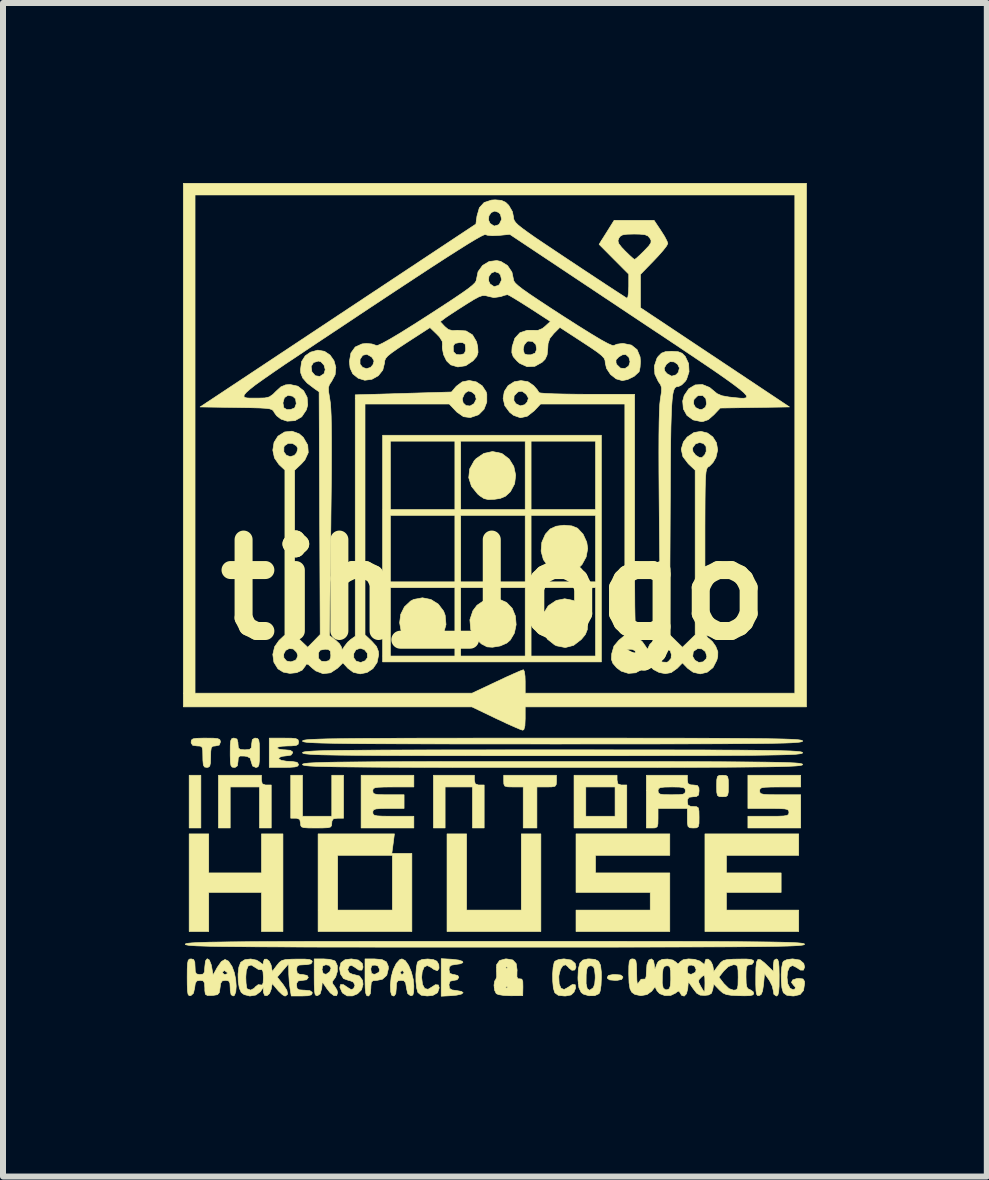
<source format=kicad_pcb>
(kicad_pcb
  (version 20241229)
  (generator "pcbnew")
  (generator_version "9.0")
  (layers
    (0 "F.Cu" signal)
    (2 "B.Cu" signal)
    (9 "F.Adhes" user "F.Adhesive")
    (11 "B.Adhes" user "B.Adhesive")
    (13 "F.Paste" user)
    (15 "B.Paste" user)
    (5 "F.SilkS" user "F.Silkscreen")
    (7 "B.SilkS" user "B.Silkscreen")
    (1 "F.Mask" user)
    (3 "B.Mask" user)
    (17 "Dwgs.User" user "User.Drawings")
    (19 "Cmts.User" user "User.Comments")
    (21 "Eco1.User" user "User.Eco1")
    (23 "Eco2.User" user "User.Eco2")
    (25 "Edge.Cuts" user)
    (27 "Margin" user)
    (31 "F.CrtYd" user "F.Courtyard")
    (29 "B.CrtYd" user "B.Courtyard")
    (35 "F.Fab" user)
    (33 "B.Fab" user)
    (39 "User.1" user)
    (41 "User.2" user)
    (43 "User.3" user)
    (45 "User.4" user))
  (footprint "tih_logo"
    (layer "F.Cu")
    (at 5.183 6.778)
    (property "Reference" "tih_logo" (at 0 0 0) (layer "F.SilkS") (effects (font (size 1.524 1.524) (thickness 0.3))))
    (attr through_hole)
    (fp_poly (pts (xy -4.885 3.973) (xy -5.08 3.973) (xy -5.08 3.094) (xy -4.885 3.094) (xy -4.885 3.973)) (stroke (width 0.01) (type solid)) (fill yes) (layer "F.SilkS"))
    (fp_poly (pts (xy -0.456 5.341) (xy 0.456 5.341) (xy 0.456 4.071) (xy 0.782 4.071) (xy 0.782 5.699) (xy -0.782 5.699) (xy -0.782 4.071) (xy -0.456 4.071) (xy -0.456 5.341)) (stroke (width 0.01) (type solid)) (fill yes) (layer "F.SilkS"))
    (fp_poly (pts (xy -4.754 4.722) (xy -3.875 4.722) (xy -3.875 4.071) (xy -3.517 4.071) (xy -3.517 5.699) (xy -3.875 5.699) (xy -3.875 5.047) (xy -4.754 5.047) (xy -4.754 5.699) (xy -5.08 5.699) (xy -5.08 4.071) (xy -4.754 4.071) (xy -4.754 4.722)) (stroke (width 0.01) (type solid)) (fill yes) (layer "F.SilkS"))
    (fp_poly (pts (xy 2.11 6.423) (xy 2.147 6.45) (xy 2.149 6.464) (xy 2.128 6.498) (xy 2.056 6.512) (xy 2.019 6.513) (xy 1.928 6.505) (xy 1.891 6.478) (xy 1.889 6.464) (xy 1.91 6.43) (xy 1.982 6.416) (xy 2.019 6.415) (xy 2.11 6.423)) (stroke (width 0.01) (type solid)) (fill yes) (layer "F.SilkS"))
    (fp_poly (pts (xy 2.931 4.429) (xy 1.693 4.429) (xy 1.693 4.722) (xy 2.931 4.722) (xy 2.931 5.699) (xy 1.368 5.699) (xy 1.368 5.341) (xy 2.605 5.341) (xy 2.605 5.047) (xy 1.368 5.047) (xy 1.368 4.071) (xy 2.931 4.071) (xy 2.931 4.429)) (stroke (width 0.01) (type solid)) (fill yes) (layer "F.SilkS"))
    (fp_poly (pts (xy 5.08 4.429) (xy 3.875 4.429) (xy 3.875 4.722) (xy 4.787 4.722) (xy 4.787 5.047) (xy 3.875 5.047) (xy 3.875 5.341) (xy 5.08 5.341) (xy 5.08 5.699) (xy 3.517 5.699) (xy 3.517 4.071) (xy 5.08 4.071) (xy 5.08 4.429)) (stroke (width 0.01) (type solid)) (fill yes) (layer "F.SilkS"))
    (fp_poly (pts (xy -3.875 3.175) (xy -3.862 3.237) (xy -3.809 3.256) (xy -3.794 3.256) (xy -3.712 3.256) (xy -3.712 3.973) (xy -3.908 3.973) (xy -3.908 3.289) (xy -4.396 3.289) (xy -4.396 3.973) (xy -4.592 3.973) (xy -4.592 3.094) (xy -3.875 3.094) (xy -3.875 3.175)) (stroke (width 0.01) (type solid)) (fill yes) (layer "F.SilkS"))
    (fp_poly (pts (xy -0.326 3.175) (xy -0.312 3.237) (xy -0.259 3.256) (xy -0.244 3.256) (xy -0.163 3.256) (xy -0.163 3.973) (xy -0.358 3.973) (xy -0.358 3.289) (xy -0.814 3.289) (xy -0.814 3.973) (xy -1.009 3.973) (xy -1.009 3.094) (xy -0.326 3.094) (xy -0.326 3.175)) (stroke (width 0.01) (type solid)) (fill yes) (layer "F.SilkS"))
    (fp_poly (pts (xy -1.68 4.233) (xy -1.702 4.396) (xy -1.368 4.396) (xy -1.368 5.699) (xy -2.931 5.699) (xy -2.931 4.429) (xy -2.605 4.429) (xy -2.605 5.341) (xy -1.693 5.341) (xy -1.693 4.429) (xy -2.605 4.429) (xy -2.931 4.429) (xy -2.931 4.071) (xy -1.659 4.071) (xy -1.68 4.233)) (stroke (width 0.01) (type solid)) (fill yes) (layer "F.SilkS"))
    (fp_poly (pts (xy 1.042 3.191) (xy 1.038 3.249) (xy 1.017 3.278) (xy 0.96 3.288) (xy 0.879 3.289) (xy 0.716 3.289) (xy 0.716 3.973) (xy 0.488 3.973) (xy 0.488 3.289) (xy 0.326 3.289) (xy 0.229 3.287) (xy 0.181 3.274) (xy 0.165 3.24) (xy 0.163 3.191) (xy 0.163 3.094) (xy 1.042 3.094) (xy 1.042 3.191)) (stroke (width 0.01) (type solid)) (fill yes) (layer "F.SilkS"))
    (fp_poly (pts (xy 2.052 3.175) (xy 2.065 3.237) (xy 2.118 3.256) (xy 2.133 3.256) (xy 2.214 3.256) (xy 2.214 3.973) (xy 1.335 3.973) (xy 1.335 3.289) (xy 1.531 3.289) (xy 1.531 3.777) (xy 2.019 3.777) (xy 2.019 3.289) (xy 1.531 3.289) (xy 1.335 3.289) (xy 1.335 3.094) (xy 2.052 3.094) (xy 2.052 3.175)) (stroke (width 0.01) (type solid)) (fill yes) (layer "F.SilkS"))
    (fp_poly (pts (xy -1.051 0.164) (xy -0.928 0.241) (xy -0.839 0.358) (xy -0.813 0.427) (xy -0.799 0.582) (xy -0.838 0.72) (xy -0.917 0.833) (xy -1.028 0.911) (xy -1.16 0.946) (xy -1.302 0.929) (xy -1.365 0.903) (xy -1.478 0.812) (xy -1.547 0.69) (xy -1.572 0.552) (xy -1.554 0.412) (xy -1.492 0.287) (xy -1.389 0.19) (xy -1.337 0.163) (xy -1.192 0.136) (xy -1.051 0.164)) (stroke (width 0.01) (type solid)) (fill yes) (layer "F.SilkS"))
    (fp_poly (pts (xy 0.115 0.171) (xy 0.212 0.215) (xy 0.305 0.312) (xy 0.358 0.441) (xy 0.37 0.584) (xy 0.341 0.724) (xy 0.272 0.841) (xy 0.214 0.891) (xy 0.104 0.939) (xy -0.024 0.96) (xy -0.114 0.954) (xy -0.208 0.905) (xy -0.3 0.817) (xy -0.369 0.713) (xy -0.387 0.664) (xy -0.401 0.503) (xy -0.351 0.352) (xy -0.282 0.26) (xy -0.169 0.184) (xy -0.029 0.154) (xy 0.115 0.171)) (stroke (width 0.01) (type solid)) (fill yes) (layer "F.SilkS"))
    (fp_poly (pts (xy 3.866 3.097) (xy 3.895 3.116) (xy 3.906 3.169) (xy 3.908 3.27) (xy 3.908 3.273) (xy 3.906 3.375) (xy 3.895 3.428) (xy 3.867 3.449) (xy 3.811 3.452) (xy 3.81 3.452) (xy 3.754 3.449) (xy 3.725 3.429) (xy 3.714 3.377) (xy 3.712 3.275) (xy 3.712 3.273) (xy 3.714 3.17) (xy 3.725 3.117) (xy 3.753 3.097) (xy 3.809 3.094) (xy 3.81 3.094) (xy 3.866 3.097)) (stroke (width 0.01) (type solid)) (fill yes) (layer "F.SilkS"))
    (fp_poly (pts (xy 1.299 -1.062) (xy 1.393 -1.024) (xy 1.486 -0.924) (xy 1.547 -0.791) (xy 1.563 -0.684) (xy 1.537 -0.545) (xy 1.467 -0.417) (xy 1.393 -0.344) (xy 1.313 -0.312) (xy 1.202 -0.294) (xy 1.166 -0.293) (xy 1.049 -0.303) (xy 0.962 -0.342) (xy 0.91 -0.383) (xy 0.824 -0.5) (xy 0.786 -0.641) (xy 0.798 -0.789) (xy 0.857 -0.924) (xy 0.937 -1.011) (xy 1.038 -1.057) (xy 1.168 -1.074) (xy 1.299 -1.062)) (stroke (width 0.01) (type solid)) (fill yes) (layer "F.SilkS"))
    (fp_poly (pts (xy 1.322 0.18) (xy 1.448 0.263) (xy 1.479 0.296) (xy 1.536 0.383) (xy 1.56 0.484) (xy 1.563 0.557) (xy 1.556 0.667) (xy 1.524 0.747) (xy 1.457 0.829) (xy 1.328 0.929) (xy 1.189 0.965) (xy 1.046 0.937) (xy 1.012 0.921) (xy 0.892 0.826) (xy 0.819 0.698) (xy 0.794 0.554) (xy 0.82 0.409) (xy 0.9 0.278) (xy 0.913 0.264) (xy 1.039 0.18) (xy 1.18 0.152) (xy 1.322 0.18)) (stroke (width 0.01) (type solid)) (fill yes) (layer "F.SilkS"))
    (fp_poly (pts (xy 0.124 -2.272) (xy 0.137 -2.266) (xy 0.254 -2.177) (xy 0.331 -2.053) (xy 0.362 -1.909) (xy 0.345 -1.765) (xy 0.276 -1.635) (xy 0.267 -1.625) (xy 0.191 -1.556) (xy 0.104 -1.52) (xy 0.011 -1.506) (xy -0.093 -1.501) (xy -0.166 -1.518) (xy -0.237 -1.565) (xy -0.271 -1.594) (xy -0.375 -1.723) (xy -0.42 -1.865) (xy -0.405 -2.011) (xy -0.329 -2.148) (xy -0.296 -2.184) (xy -0.168 -2.271) (xy -0.023 -2.302) (xy 0.124 -2.272)) (stroke (width 0.01) (type solid)) (fill yes) (layer "F.SilkS"))
    (fp_poly (pts (xy -3.191 3.777) (xy -2.703 3.777) (xy -2.703 3.094) (xy -2.507 3.094) (xy -2.507 3.81) (xy -2.605 3.81) (xy -2.675 3.819) (xy -2.7 3.856) (xy -2.703 3.891) (xy -2.706 3.932) (xy -2.723 3.956) (xy -2.768 3.968) (xy -2.854 3.972) (xy -2.963 3.973) (xy -3.093 3.972) (xy -3.17 3.967) (xy -3.209 3.953) (xy -3.222 3.926) (xy -3.224 3.891) (xy -3.237 3.829) (xy -3.29 3.81) (xy -3.305 3.81) (xy -3.387 3.81) (xy -3.387 3.094) (xy -3.191 3.094) (xy -3.191 3.777)) (stroke (width 0.01) (type solid)) (fill yes) (layer "F.SilkS"))
    (fp_poly (pts (xy -0.7 6.161) (xy -0.59 6.174) (xy -0.527 6.194) (xy -0.517 6.217) (xy -0.562 6.237) (xy -0.627 6.246) (xy -0.708 6.259) (xy -0.743 6.288) (xy -0.749 6.336) (xy -0.735 6.396) (xy -0.681 6.415) (xy -0.668 6.415) (xy -0.602 6.432) (xy -0.586 6.464) (xy -0.614 6.503) (xy -0.668 6.513) (xy -0.73 6.526) (xy -0.749 6.579) (xy -0.749 6.592) (xy -0.74 6.646) (xy -0.699 6.672) (xy -0.627 6.682) (xy -0.541 6.697) (xy -0.514 6.718) (xy -0.542 6.741) (xy -0.621 6.759) (xy -0.7 6.767) (xy -0.879 6.777) (xy -0.879 6.151) (xy -0.7 6.161)) (stroke (width 0.01) (type solid)) (fill yes) (layer "F.SilkS"))
    (fp_poly (pts (xy -4.678 2.476) (xy -4.605 2.483) (xy -4.57 2.5) (xy -4.559 2.528) (xy -4.559 2.54) (xy -4.578 2.591) (xy -4.64 2.605) (xy -4.687 2.61) (xy -4.711 2.634) (xy -4.72 2.695) (xy -4.722 2.784) (xy -4.725 2.888) (xy -4.737 2.942) (xy -4.764 2.961) (xy -4.787 2.963) (xy -4.825 2.956) (xy -4.844 2.922) (xy -4.851 2.847) (xy -4.852 2.784) (xy -4.854 2.682) (xy -4.864 2.629) (xy -4.893 2.608) (xy -4.948 2.605) (xy -4.95 2.605) (xy -5.021 2.595) (xy -5.046 2.557) (xy -5.047 2.54) (xy -5.042 2.507) (xy -5.015 2.487) (xy -4.955 2.478) (xy -4.847 2.475) (xy -4.803 2.475) (xy -4.678 2.476)) (stroke (width 0.01) (type solid)) (fill yes) (layer "F.SilkS"))
    (fp_poly (pts (xy -1.335 3.289) (xy -1.677 3.289) (xy -1.83 3.29) (xy -1.929 3.294) (xy -1.985 3.303) (xy -2.012 3.32) (xy -2.019 3.346) (xy -2.019 3.354) (xy -2.014 3.387) (xy -1.988 3.406) (xy -1.931 3.416) (xy -1.827 3.419) (xy -1.758 3.419) (xy -1.498 3.419) (xy -1.498 3.647) (xy -1.758 3.647) (xy -1.888 3.649) (xy -1.966 3.655) (xy -2.005 3.669) (xy -2.018 3.695) (xy -2.019 3.712) (xy -2.015 3.741) (xy -1.994 3.76) (xy -1.946 3.771) (xy -1.858 3.776) (xy -1.72 3.777) (xy -1.677 3.777) (xy -1.335 3.777) (xy -1.335 3.973) (xy -2.214 3.973) (xy -2.214 3.094) (xy -1.335 3.094) (xy -1.335 3.289)) (stroke (width 0.01) (type solid)) (fill yes) (layer "F.SilkS"))
    (fp_poly (pts (xy -1.01 6.166) (xy -0.951 6.194) (xy -0.919 6.25) (xy -0.915 6.311) (xy -0.938 6.348) (xy -0.95 6.35) (xy -1.002 6.33) (xy -1.047 6.297) (xy -1.112 6.265) (xy -1.164 6.291) (xy -1.196 6.37) (xy -1.205 6.464) (xy -1.191 6.58) (xy -1.154 6.648) (xy -1.099 6.662) (xy -1.047 6.631) (xy -0.976 6.585) (xy -0.927 6.589) (xy -0.912 6.637) (xy -0.939 6.718) (xy -1.019 6.764) (xy -1.113 6.773) (xy -1.212 6.76) (xy -1.266 6.716) (xy -1.269 6.71) (xy -1.289 6.638) (xy -1.3 6.531) (xy -1.301 6.411) (xy -1.293 6.299) (xy -1.277 6.218) (xy -1.263 6.194) (xy -1.199 6.165) (xy -1.104 6.156) (xy -1.01 6.166)) (stroke (width 0.01) (type solid)) (fill yes) (layer "F.SilkS"))
    (fp_poly (pts (xy 5.21 1.954) (xy 0.521 1.954) (xy 0.521 2.149) (xy 0.516 2.27) (xy 0.499 2.332) (xy 0.48 2.343) (xy 0.437 2.329) (xy 0.348 2.291) (xy 0.224 2.236) (xy 0.077 2.167) (xy 0.036 2.148) (xy -0.368 1.954) (xy -5.178 1.954) (xy -5.178 -6.578) (xy -4.982 -6.578) (xy -4.982 1.726) (xy -0.365 1.726) (xy 0.049 1.531) (xy 0.2 1.46) (xy 0.331 1.401) (xy 0.43 1.358) (xy 0.485 1.337) (xy 0.492 1.335) (xy 0.507 1.365) (xy 0.518 1.442) (xy 0.521 1.531) (xy 0.521 1.726) (xy 5.015 1.726) (xy 5.015 -6.578) (xy -4.982 -6.578) (xy -5.178 -6.578) (xy -5.178 -6.773) (xy 5.21 -6.773) (xy 5.21 1.954)) (stroke (width 0.01) (type solid)) (fill yes) (layer "F.SilkS"))
    (fp_poly (pts (xy -1.866 6.166) (xy -1.792 6.205) (xy -1.761 6.278) (xy -1.759 6.316) (xy -1.786 6.427) (xy -1.859 6.494) (xy -1.949 6.513) (xy -2.015 6.518) (xy -2.044 6.544) (xy -2.051 6.612) (xy -2.052 6.643) (xy -2.06 6.734) (xy -2.086 6.771) (xy -2.1 6.773) (xy -2.124 6.762) (xy -2.138 6.722) (xy -2.146 6.641) (xy -2.149 6.509) (xy -2.149 6.464) (xy -2.149 6.334) (xy -2.052 6.334) (xy -2.041 6.396) (xy -2.001 6.411) (xy -1.978 6.409) (xy -1.917 6.377) (xy -1.905 6.334) (xy -1.932 6.275) (xy -1.978 6.258) (xy -2.033 6.262) (xy -2.051 6.308) (xy -2.052 6.334) (xy -2.149 6.334) (xy -2.149 6.155) (xy -1.993 6.155) (xy -1.866 6.166)) (stroke (width 0.01) (type solid)) (fill yes) (layer "F.SilkS"))
    (fp_poly (pts (xy 5.113 3.289) (xy 4.771 3.289) (xy 4.618 3.29) (xy 4.519 3.294) (xy 4.462 3.303) (xy 4.436 3.32) (xy 4.429 3.346) (xy 4.429 3.354) (xy 4.433 3.383) (xy 4.454 3.402) (xy 4.502 3.413) (xy 4.589 3.418) (xy 4.728 3.419) (xy 4.771 3.419) (xy 5.113 3.419) (xy 5.113 3.973) (xy 4.233 3.973) (xy 4.233 3.777) (xy 4.575 3.777) (xy 4.728 3.777) (xy 4.827 3.773) (xy 4.884 3.764) (xy 4.91 3.747) (xy 4.917 3.72) (xy 4.917 3.712) (xy 4.913 3.683) (xy 4.892 3.664) (xy 4.844 3.654) (xy 4.756 3.649) (xy 4.618 3.647) (xy 4.575 3.647) (xy 4.233 3.647) (xy 4.233 3.094) (xy 5.113 3.094) (xy 5.113 3.289)) (stroke (width 0.01) (type solid)) (fill yes) (layer "F.SilkS"))
    (fp_poly (pts (xy -3.376 2.476) (xy -3.303 2.483) (xy -3.267 2.5) (xy -3.257 2.528) (xy -3.256 2.54) (xy -3.264 2.578) (xy -3.298 2.597) (xy -3.373 2.604) (xy -3.436 2.605) (xy -3.534 2.61) (xy -3.599 2.624) (xy -3.615 2.638) (xy -3.586 2.658) (xy -3.514 2.669) (xy -3.484 2.67) (xy -3.394 2.678) (xy -3.356 2.705) (xy -3.354 2.719) (xy -3.383 2.758) (xy -3.444 2.768) (xy -3.527 2.778) (xy -3.577 2.796) (xy -3.587 2.822) (xy -3.544 2.845) (xy -3.459 2.86) (xy -3.362 2.865) (xy -3.281 2.878) (xy -3.256 2.914) (xy -3.269 2.94) (xy -3.315 2.955) (xy -3.407 2.962) (xy -3.501 2.963) (xy -3.745 2.963) (xy -3.745 2.475) (xy -3.501 2.475) (xy -3.376 2.476)) (stroke (width 0.01) (type solid)) (fill yes) (layer "F.SilkS"))
    (fp_poly (pts (xy 1.289 6.174) (xy 1.354 6.23) (xy 1.368 6.291) (xy 1.347 6.34) (xy 1.3 6.345) (xy 1.25 6.307) (xy 1.241 6.293) (xy 1.196 6.253) (xy 1.149 6.267) (xy 1.109 6.328) (xy 1.084 6.426) (xy 1.081 6.454) (xy 1.087 6.572) (xy 1.118 6.644) (xy 1.17 6.665) (xy 1.232 6.631) (xy 1.308 6.581) (xy 1.355 6.586) (xy 1.362 6.639) (xy 1.334 6.71) (xy 1.285 6.756) (xy 1.196 6.773) (xy 1.172 6.773) (xy 1.073 6.762) (xy 1.018 6.722) (xy 1.011 6.71) (xy 0.99 6.638) (xy 0.98 6.531) (xy 0.978 6.411) (xy 0.986 6.299) (xy 1.003 6.218) (xy 1.016 6.194) (xy 1.073 6.167) (xy 1.161 6.155) (xy 1.172 6.155) (xy 1.289 6.174)) (stroke (width 0.01) (type solid)) (fill yes) (layer "F.SilkS"))
    (fp_poly (pts (xy 4.729 6.166) (xy 4.744 6.206) (xy 4.751 6.287) (xy 4.754 6.419) (xy 4.754 6.464) (xy 4.753 6.611) (xy 4.746 6.705) (xy 4.733 6.755) (xy 4.713 6.773) (xy 4.706 6.773) (xy 4.666 6.745) (xy 4.657 6.689) (xy 4.638 6.606) (xy 4.592 6.514) (xy 4.583 6.502) (xy 4.51 6.399) (xy 4.494 6.578) (xy 4.478 6.688) (xy 4.454 6.747) (xy 4.421 6.767) (xy 4.394 6.766) (xy 4.377 6.743) (xy 4.368 6.686) (xy 4.364 6.584) (xy 4.364 6.466) (xy 4.366 6.307) (xy 4.377 6.208) (xy 4.4 6.164) (xy 4.441 6.168) (xy 4.504 6.216) (xy 4.549 6.259) (xy 4.657 6.363) (xy 4.657 6.259) (xy 4.669 6.178) (xy 4.706 6.155) (xy 4.729 6.166)) (stroke (width 0.01) (type solid)) (fill yes) (layer "F.SilkS"))
    (fp_poly (pts (xy -2.26 6.174) (xy -2.195 6.23) (xy -2.182 6.291) (xy -2.201 6.342) (xy -2.252 6.341) (xy -2.318 6.295) (xy -2.375 6.261) (xy -2.415 6.277) (xy -2.438 6.334) (xy -2.411 6.388) (xy -2.346 6.415) (xy -2.336 6.415) (xy -2.242 6.44) (xy -2.19 6.513) (xy -2.182 6.579) (xy -2.208 6.67) (xy -2.273 6.736) (xy -2.359 6.772) (xy -2.448 6.771) (xy -2.521 6.725) (xy -2.532 6.709) (xy -2.568 6.626) (xy -2.556 6.582) (xy -2.506 6.585) (xy -2.436 6.633) (xy -2.379 6.667) (xy -2.34 6.651) (xy -2.316 6.594) (xy -2.344 6.541) (xy -2.409 6.514) (xy -2.424 6.513) (xy -2.506 6.484) (xy -2.558 6.405) (xy -2.573 6.31) (xy -2.55 6.219) (xy -2.481 6.168) (xy -2.377 6.155) (xy -2.26 6.174)) (stroke (width 0.01) (type solid)) (fill yes) (layer "F.SilkS"))
    (fp_poly (pts (xy -2.739 6.162) (xy -2.663 6.182) (xy -2.644 6.194) (xy -2.611 6.266) (xy -2.61 6.364) (xy -2.638 6.456) (xy -2.659 6.486) (xy -2.695 6.535) (xy -2.684 6.576) (xy -2.659 6.605) (xy -2.617 6.673) (xy -2.605 6.719) (xy -2.622 6.767) (xy -2.667 6.766) (xy -2.728 6.721) (xy -2.781 6.655) (xy -2.861 6.537) (xy -2.871 6.647) (xy -2.897 6.737) (xy -2.939 6.767) (xy -2.965 6.766) (xy -2.982 6.743) (xy -2.991 6.686) (xy -2.995 6.584) (xy -2.996 6.466) (xy -2.996 6.334) (xy -2.866 6.334) (xy -2.846 6.399) (xy -2.798 6.412) (xy -2.738 6.37) (xy -2.737 6.368) (xy -2.714 6.307) (xy -2.747 6.263) (xy -2.802 6.252) (xy -2.852 6.272) (xy -2.866 6.334) (xy -2.996 6.334) (xy -2.996 6.155) (xy -2.84 6.155) (xy -2.739 6.162)) (stroke (width 0.01) (type solid)) (fill yes) (layer "F.SilkS"))
    (fp_poly (pts (xy 1.684 6.163) (xy 1.744 6.195) (xy 1.777 6.262) (xy 1.79 6.376) (xy 1.791 6.464) (xy 1.785 6.596) (xy 1.77 6.692) (xy 1.752 6.734) (xy 1.679 6.768) (xy 1.582 6.769) (xy 1.491 6.742) (xy 1.454 6.714) (xy 1.416 6.635) (xy 1.408 6.567) (xy 1.536 6.567) (xy 1.555 6.652) (xy 1.593 6.678) (xy 1.646 6.643) (xy 1.659 6.629) (xy 1.68 6.57) (xy 1.688 6.473) (xy 1.687 6.426) (xy 1.677 6.33) (xy 1.657 6.282) (xy 1.619 6.269) (xy 1.612 6.269) (xy 1.572 6.279) (xy 1.549 6.32) (xy 1.538 6.407) (xy 1.537 6.427) (xy 1.536 6.567) (xy 1.408 6.567) (xy 1.401 6.504) (xy 1.4 6.467) (xy 1.407 6.319) (xy 1.433 6.225) (xy 1.483 6.174) (xy 1.565 6.155) (xy 1.59 6.155) (xy 1.684 6.163)) (stroke (width 0.01) (type solid)) (fill yes) (layer "F.SilkS"))
    (fp_poly (pts (xy 5.099 6.174) (xy 5.164 6.23) (xy 5.178 6.291) (xy 5.159 6.342) (xy 5.108 6.341) (xy 5.042 6.297) (xy 4.977 6.265) (xy 4.926 6.291) (xy 4.893 6.37) (xy 4.885 6.464) (xy 4.898 6.571) (xy 4.935 6.643) (xy 4.985 6.669) (xy 5.015 6.659) (xy 5.026 6.626) (xy 4.996 6.596) (xy 4.959 6.547) (xy 4.979 6.505) (xy 5.049 6.482) (xy 5.082 6.48) (xy 5.151 6.489) (xy 5.176 6.528) (xy 5.178 6.564) (xy 5.16 6.681) (xy 5.103 6.749) (xy 5 6.773) (xy 4.982 6.773) (xy 4.883 6.762) (xy 4.828 6.722) (xy 4.821 6.71) (xy 4.8 6.638) (xy 4.79 6.531) (xy 4.788 6.411) (xy 4.796 6.299) (xy 4.813 6.218) (xy 4.826 6.194) (xy 4.883 6.167) (xy 4.971 6.155) (xy 4.982 6.155) (xy 5.099 6.174)) (stroke (width 0.01) (type solid)) (fill yes) (layer "F.SilkS"))
    (fp_poly (pts (xy 0.314 6.173) (xy 0.371 6.234) (xy 0.386 6.341) (xy 0.384 6.372) (xy 0.383 6.453) (xy 0.4 6.486) (xy 0.43 6.487) (xy 0.465 6.492) (xy 0.481 6.533) (xy 0.483 6.623) (xy 0.48 6.768) (xy 0.278 6.769) (xy 0.164 6.764) (xy 0.076 6.75) (xy 0.038 6.733) (xy 0.01 6.675) (xy 0.005 6.627) (xy 0.195 6.627) (xy 0.212 6.643) (xy 0.228 6.627) (xy 0.212 6.611) (xy 0.195 6.627) (xy 0.005 6.627) (xy 0.001 6.594) (xy 0.012 6.524) (xy 0.03 6.498) (xy 0.046 6.456) (xy 0.044 6.379) (xy 0.042 6.366) (xy 0.043 6.301) (xy 0.195 6.301) (xy 0.212 6.317) (xy 0.228 6.301) (xy 0.212 6.285) (xy 0.195 6.301) (xy 0.043 6.301) (xy 0.044 6.252) (xy 0.093 6.182) (xy 0.192 6.155) (xy 0.212 6.155) (xy 0.314 6.173)) (stroke (width 0.01) (type solid)) (fill yes) (layer "F.SilkS"))
    (fp_poly (pts (xy -1.478 6.184) (xy -1.423 6.262) (xy -1.377 6.372) (xy -1.345 6.497) (xy -1.335 6.605) (xy -1.338 6.706) (xy -1.351 6.756) (xy -1.377 6.769) (xy -1.392 6.767) (xy -1.437 6.733) (xy -1.458 6.645) (xy -1.459 6.635) (xy -1.472 6.554) (xy -1.501 6.519) (xy -1.549 6.513) (xy -1.6 6.52) (xy -1.623 6.555) (xy -1.628 6.634) (xy -1.628 6.643) (xy -1.636 6.734) (xy -1.663 6.771) (xy -1.677 6.773) (xy -1.706 6.758) (xy -1.721 6.702) (xy -1.726 6.594) (xy -1.726 6.591) (xy -1.713 6.458) (xy -1.692 6.383) (xy -1.563 6.383) (xy -1.538 6.414) (xy -1.531 6.415) (xy -1.499 6.39) (xy -1.498 6.383) (xy -1.523 6.351) (xy -1.531 6.35) (xy -1.562 6.375) (xy -1.563 6.383) (xy -1.692 6.383) (xy -1.678 6.333) (xy -1.628 6.231) (xy -1.57 6.167) (xy -1.533 6.155) (xy -1.478 6.184)) (stroke (width 0.01) (type solid)) (fill yes) (layer "F.SilkS"))
    (fp_poly (pts (xy -3.94 2.481) (xy -3.92 2.507) (xy -3.911 2.567) (xy -3.908 2.675) (xy -3.908 2.719) (xy -3.909 2.844) (xy -3.917 2.918) (xy -3.933 2.953) (xy -3.961 2.963) (xy -3.971 2.963) (xy -4.023 2.94) (xy -4.044 2.874) (xy -4.063 2.809) (xy -4.113 2.781) (xy -4.16 2.774) (xy -4.233 2.773) (xy -4.261 2.799) (xy -4.266 2.864) (xy -4.276 2.936) (xy -4.312 2.962) (xy -4.331 2.963) (xy -4.364 2.958) (xy -4.384 2.931) (xy -4.393 2.871) (xy -4.396 2.763) (xy -4.396 2.719) (xy -4.395 2.594) (xy -4.388 2.521) (xy -4.372 2.486) (xy -4.343 2.475) (xy -4.331 2.475) (xy -4.283 2.49) (xy -4.267 2.547) (xy -4.266 2.573) (xy -4.26 2.638) (xy -4.227 2.665) (xy -4.152 2.67) (xy -4.075 2.665) (xy -4.044 2.637) (xy -4.038 2.573) (xy -4.028 2.501) (xy -3.99 2.476) (xy -3.973 2.475) (xy -3.94 2.481)) (stroke (width 0.01) (type solid)) (fill yes) (layer "F.SilkS"))
    (fp_poly (pts (xy 1.791 1.205) (xy -1.856 1.205) (xy -1.856 -0.033) (xy -1.726 -0.033) (xy -1.726 1.107) (xy -0.651 1.107) (xy -0.651 -0.033) (xy -0.554 -0.033) (xy -0.554 1.107) (xy 0.521 1.107) (xy 0.521 -0.033) (xy 0.619 -0.033) (xy 0.619 1.107) (xy 1.693 1.107) (xy 1.693 -0.033) (xy 0.619 -0.033) (xy 0.521 -0.033) (xy -0.554 -0.033) (xy -0.651 -0.033) (xy -1.726 -0.033) (xy -1.856 -0.033) (xy -1.856 -1.237) (xy -1.726 -1.237) (xy -1.726 -0.13) (xy -0.651 -0.13) (xy -0.651 -1.237) (xy -0.554 -1.237) (xy -0.554 -0.13) (xy 0.521 -0.13) (xy 0.521 -1.237) (xy 0.619 -1.237) (xy 0.619 -0.13) (xy 1.693 -0.13) (xy 1.693 -1.237) (xy 0.619 -1.237) (xy 0.521 -1.237) (xy -0.554 -1.237) (xy -0.651 -1.237) (xy -1.726 -1.237) (xy -1.856 -1.237) (xy -1.856 -2.475) (xy -1.726 -2.475) (xy -1.726 -1.335) (xy -0.651 -1.335) (xy -0.651 -2.475) (xy -0.554 -2.475) (xy -0.554 -1.335) (xy 0.521 -1.335) (xy 0.521 -2.475) (xy 0.619 -2.475) (xy 0.619 -1.335) (xy 1.693 -1.335) (xy 1.693 -2.475) (xy 0.619 -2.475) (xy 0.521 -2.475) (xy -0.554 -2.475) (xy -0.651 -2.475) (xy -1.726 -2.475) (xy -1.856 -2.475) (xy -1.856 -2.573) (xy 1.791 -2.573) (xy 1.791 1.205)) (stroke (width 0.01) (type solid)) (fill yes) (layer "F.SilkS"))
    (fp_poly (pts (xy 3.224 3.175) (xy 3.234 3.233) (xy 3.279 3.254) (xy 3.322 3.256) (xy 3.391 3.264) (xy 3.416 3.303) (xy 3.419 3.354) (xy 3.411 3.423) (xy 3.373 3.449) (xy 3.322 3.452) (xy 3.252 3.461) (xy 3.226 3.498) (xy 3.224 3.533) (xy 3.234 3.591) (xy 3.279 3.613) (xy 3.322 3.615) (xy 3.377 3.618) (xy 3.406 3.637) (xy 3.417 3.69) (xy 3.419 3.791) (xy 3.419 3.794) (xy 3.418 3.896) (xy 3.407 3.949) (xy 3.378 3.97) (xy 3.323 3.973) (xy 3.322 3.973) (xy 3.264 3.969) (xy 3.235 3.947) (xy 3.225 3.89) (xy 3.224 3.81) (xy 3.224 3.647) (xy 2.735 3.647) (xy 2.735 3.81) (xy 2.733 3.906) (xy 2.72 3.954) (xy 2.686 3.971) (xy 2.638 3.973) (xy 2.54 3.973) (xy 2.54 3.354) (xy 2.735 3.354) (xy 2.742 3.388) (xy 2.769 3.408) (xy 2.833 3.417) (xy 2.945 3.419) (xy 2.963 3.419) (xy 3.083 3.417) (xy 3.152 3.41) (xy 3.183 3.391) (xy 3.191 3.359) (xy 3.191 3.354) (xy 3.185 3.32) (xy 3.157 3.3) (xy 3.094 3.291) (xy 2.981 3.289) (xy 2.963 3.289) (xy 2.844 3.291) (xy 2.775 3.299) (xy 2.744 3.317) (xy 2.735 3.349) (xy 2.735 3.354) (xy 2.54 3.354) (xy 2.54 3.094) (xy 3.224 3.094) (xy 3.224 3.175)) (stroke (width 0.01) (type solid)) (fill yes) (layer "F.SilkS"))
    (fp_poly (pts (xy 1.589 2.475) (xy 2.138 2.475) (xy 2.63 2.476) (xy 3.065 2.476) (xy 3.449 2.477) (xy 3.783 2.478) (xy 4.071 2.48) (xy 4.317 2.482) (xy 4.524 2.484) (xy 4.694 2.487) (xy 4.832 2.49) (xy 4.939 2.494) (xy 5.021 2.498) (xy 5.079 2.503) (xy 5.117 2.509) (xy 5.138 2.515) (xy 5.145 2.522) (xy 5.145 2.524) (xy 5.14 2.531) (xy 5.121 2.537) (xy 5.086 2.543) (xy 5.032 2.548) (xy 4.955 2.553) (xy 4.852 2.557) (xy 4.719 2.56) (xy 4.555 2.563) (xy 4.354 2.565) (xy 4.115 2.567) (xy 3.834 2.569) (xy 3.507 2.57) (xy 3.132 2.571) (xy 2.706 2.572) (xy 2.224 2.572) (xy 1.684 2.572) (xy 1.083 2.573) (xy 0.977 2.573) (xy 0.365 2.572) (xy -0.185 2.572) (xy -0.676 2.572) (xy -1.111 2.571) (xy -1.495 2.57) (xy -1.829 2.569) (xy -2.118 2.568) (xy -2.363 2.566) (xy -2.57 2.563) (xy -2.74 2.56) (xy -2.878 2.557) (xy -2.986 2.553) (xy -3.067 2.549) (xy -3.125 2.544) (xy -3.163 2.538) (xy -3.184 2.532) (xy -3.191 2.525) (xy -3.191 2.524) (xy -3.186 2.517) (xy -3.167 2.51) (xy -3.132 2.504) (xy -3.078 2.499) (xy -3.001 2.495) (xy -2.898 2.491) (xy -2.765 2.487) (xy -2.601 2.485) (xy -2.4 2.482) (xy -2.161 2.48) (xy -1.88 2.479) (xy -1.553 2.477) (xy -1.178 2.476) (xy -0.752 2.476) (xy -0.27 2.475) (xy 0.27 2.475) (xy 0.871 2.475) (xy 0.977 2.475) (xy 1.589 2.475)) (stroke (width 0.01) (type solid)) (fill yes) (layer "F.SilkS"))
    (fp_poly (pts (xy 1.589 2.67) (xy 2.138 2.671) (xy 2.63 2.671) (xy 3.065 2.672) (xy 3.449 2.672) (xy 3.783 2.674) (xy 4.071 2.675) (xy 4.317 2.677) (xy 4.524 2.68) (xy 4.694 2.682) (xy 4.832 2.686) (xy 4.939 2.689) (xy 5.021 2.694) (xy 5.079 2.699) (xy 5.117 2.704) (xy 5.138 2.711) (xy 5.145 2.718) (xy 5.145 2.719) (xy 5.14 2.726) (xy 5.121 2.733) (xy 5.086 2.738) (xy 5.032 2.744) (xy 4.955 2.748) (xy 4.852 2.752) (xy 4.719 2.755) (xy 4.555 2.758) (xy 4.354 2.761) (xy 4.115 2.763) (xy 3.834 2.764) (xy 3.507 2.766) (xy 3.132 2.766) (xy 2.706 2.767) (xy 2.224 2.768) (xy 1.684 2.768) (xy 1.083 2.768) (xy 0.977 2.768) (xy 0.365 2.768) (xy -0.185 2.768) (xy -0.676 2.767) (xy -1.111 2.767) (xy -1.495 2.766) (xy -1.829 2.765) (xy -2.118 2.763) (xy -2.363 2.761) (xy -2.57 2.759) (xy -2.74 2.756) (xy -2.878 2.753) (xy -2.986 2.749) (xy -3.067 2.744) (xy -3.125 2.739) (xy -3.163 2.734) (xy -3.184 2.727) (xy -3.191 2.72) (xy -3.191 2.719) (xy -3.186 2.712) (xy -3.167 2.705) (xy -3.132 2.7) (xy -3.078 2.695) (xy -3.001 2.69) (xy -2.898 2.686) (xy -2.765 2.683) (xy -2.601 2.68) (xy -2.4 2.678) (xy -2.161 2.676) (xy -1.88 2.674) (xy -1.553 2.673) (xy -1.178 2.672) (xy -0.752 2.671) (xy -0.27 2.671) (xy 0.27 2.67) (xy 0.871 2.67) (xy 0.977 2.67) (xy 1.589 2.67)) (stroke (width 0.01) (type solid)) (fill yes) (layer "F.SilkS"))
    (fp_poly (pts (xy 1.589 2.866) (xy 2.138 2.866) (xy 2.63 2.866) (xy 3.065 2.867) (xy 3.449 2.868) (xy 3.783 2.869) (xy 4.071 2.871) (xy 4.317 2.873) (xy 4.524 2.875) (xy 4.694 2.878) (xy 4.832 2.881) (xy 4.939 2.885) (xy 5.021 2.889) (xy 5.079 2.894) (xy 5.117 2.9) (xy 5.138 2.906) (xy 5.145 2.913) (xy 5.145 2.914) (xy 5.14 2.922) (xy 5.121 2.928) (xy 5.086 2.934) (xy 5.032 2.939) (xy 4.955 2.943) (xy 4.852 2.947) (xy 4.719 2.951) (xy 4.555 2.954) (xy 4.354 2.956) (xy 4.115 2.958) (xy 3.834 2.96) (xy 3.507 2.961) (xy 3.132 2.962) (xy 2.706 2.963) (xy 2.224 2.963) (xy 1.684 2.963) (xy 1.083 2.963) (xy 0.977 2.963) (xy 0.365 2.963) (xy -0.185 2.963) (xy -0.676 2.963) (xy -1.111 2.962) (xy -1.495 2.961) (xy -1.829 2.96) (xy -2.118 2.958) (xy -2.363 2.956) (xy -2.57 2.954) (xy -2.74 2.951) (xy -2.878 2.948) (xy -2.986 2.944) (xy -3.067 2.94) (xy -3.125 2.935) (xy -3.163 2.929) (xy -3.184 2.923) (xy -3.191 2.916) (xy -3.191 2.914) (xy -3.186 2.907) (xy -3.167 2.901) (xy -3.132 2.895) (xy -3.078 2.89) (xy -3.001 2.886) (xy -2.898 2.882) (xy -2.765 2.878) (xy -2.601 2.875) (xy -2.4 2.873) (xy -2.161 2.871) (xy -1.88 2.869) (xy -1.553 2.868) (xy -1.178 2.867) (xy -0.752 2.866) (xy -0.27 2.866) (xy 0.27 2.866) (xy 0.871 2.866) (xy 0.977 2.866) (xy 1.589 2.866)) (stroke (width 0.01) (type solid)) (fill yes) (layer "F.SilkS"))
    (fp_poly (pts (xy -4.744 6.173) (xy -4.712 6.253) (xy -4.705 6.289) (xy -4.682 6.423) (xy -4.659 6.383) (xy -4.526 6.383) (xy -4.5 6.411) (xy -4.476 6.415) (xy -4.442 6.399) (xy -4.445 6.383) (xy -4.487 6.351) (xy -4.496 6.35) (xy -4.526 6.375) (xy -4.526 6.383) (xy -4.659 6.383) (xy -4.612 6.297) (xy -4.543 6.199) (xy -4.482 6.164) (xy -4.424 6.193) (xy -4.365 6.282) (xy -4.328 6.382) (xy -4.304 6.497) (xy -4.296 6.61) (xy -4.303 6.704) (xy -4.325 6.762) (xy -4.347 6.773) (xy -4.381 6.752) (xy -4.395 6.681) (xy -4.396 6.643) (xy -4.401 6.559) (xy -4.422 6.522) (xy -4.47 6.513) (xy -4.476 6.513) (xy -4.529 6.522) (xy -4.555 6.563) (xy -4.565 6.635) (xy -4.577 6.715) (xy -4.608 6.751) (xy -4.678 6.763) (xy -4.697 6.764) (xy -4.776 6.765) (xy -4.81 6.744) (xy -4.819 6.684) (xy -4.819 6.642) (xy -4.824 6.558) (xy -4.846 6.521) (xy -4.895 6.513) (xy -4.899 6.513) (xy -4.953 6.522) (xy -4.978 6.563) (xy -4.988 6.635) (xy -5.008 6.727) (xy -5.051 6.766) (xy -5.056 6.767) (xy -5.082 6.766) (xy -5.099 6.743) (xy -5.108 6.686) (xy -5.112 6.584) (xy -5.113 6.466) (xy -5.112 6.322) (xy -5.107 6.231) (xy -5.096 6.18) (xy -5.077 6.159) (xy -5.047 6.155) (xy -5.005 6.166) (xy -4.986 6.21) (xy -4.982 6.285) (xy -4.978 6.369) (xy -4.957 6.406) (xy -4.908 6.415) (xy -4.901 6.415) (xy -4.848 6.408) (xy -4.825 6.374) (xy -4.82 6.296) (xy -4.819 6.285) (xy -4.808 6.189) (xy -4.779 6.152) (xy -4.744 6.173)) (stroke (width 0.01) (type solid)) (fill yes) (layer "F.SilkS"))
    (fp_poly (pts (xy 0.7 5.862) (xy 1.322 5.862) (xy 1.885 5.862) (xy 2.391 5.863) (xy 2.843 5.863) (xy 3.245 5.864) (xy 3.6 5.865) (xy 3.909 5.867) (xy 4.176 5.869) (xy 4.404 5.871) (xy 4.596 5.873) (xy 4.755 5.876) (xy 4.884 5.879) (xy 4.984 5.883) (xy 5.061 5.887) (xy 5.115 5.892) (xy 5.151 5.897) (xy 5.171 5.903) (xy 5.178 5.91) (xy 5.178 5.91) (xy 5.172 5.917) (xy 5.154 5.923) (xy 5.121 5.928) (xy 5.069 5.933) (xy 4.995 5.937) (xy 4.898 5.941) (xy 4.773 5.944) (xy 4.618 5.947) (xy 4.431 5.95) (xy 4.207 5.952) (xy 3.945 5.954) (xy 3.641 5.955) (xy 3.293 5.956) (xy 2.897 5.957) (xy 2.451 5.958) (xy 1.952 5.959) (xy 1.397 5.959) (xy 0.783 5.959) (xy 0.107 5.959) (xy 0.016 5.959) (xy -0.668 5.959) (xy -1.29 5.959) (xy -1.852 5.959) (xy -2.358 5.958) (xy -2.811 5.958) (xy -3.213 5.957) (xy -3.567 5.955) (xy -3.876 5.954) (xy -4.144 5.952) (xy -4.372 5.95) (xy -4.564 5.948) (xy -4.723 5.945) (xy -4.851 5.941) (xy -4.952 5.938) (xy -5.028 5.933) (xy -5.083 5.929) (xy -5.118 5.923) (xy -5.138 5.918) (xy -5.145 5.911) (xy -5.145 5.91) (xy -5.14 5.904) (xy -5.122 5.898) (xy -5.088 5.893) (xy -5.036 5.888) (xy -4.963 5.884) (xy -4.865 5.88) (xy -4.74 5.876) (xy -4.586 5.874) (xy -4.398 5.871) (xy -4.175 5.869) (xy -3.912 5.867) (xy -3.609 5.866) (xy -3.26 5.864) (xy -2.865 5.863) (xy -2.419 5.863) (xy -1.92 5.862) (xy -1.364 5.862) (xy -0.75 5.862) (xy -0.074 5.862) (xy 0.016 5.862) (xy 0.7 5.862)) (stroke (width 0.01) (type solid)) (fill yes) (layer "F.SilkS"))
    (fp_poly (pts (xy -3.955 6.176) (xy -3.902 6.209) (xy -3.858 6.244) (xy -3.844 6.233) (xy -3.843 6.206) (xy -3.826 6.161) (xy -3.788 6.159) (xy -3.745 6.194) (xy -3.715 6.257) (xy -3.712 6.269) (xy -3.695 6.366) (xy -3.619 6.264) (xy -3.577 6.213) (xy -3.535 6.182) (xy -3.475 6.166) (xy -3.379 6.16) (xy -3.285 6.158) (xy -3.153 6.158) (xy -3.074 6.165) (xy -3.037 6.181) (xy -3.028 6.203) (xy -3.05 6.237) (xy -3.12 6.251) (xy -3.159 6.252) (xy -3.243 6.257) (xy -3.28 6.278) (xy -3.289 6.327) (xy -3.289 6.334) (xy -3.278 6.392) (xy -3.234 6.413) (xy -3.191 6.415) (xy -3.114 6.43) (xy -3.094 6.464) (xy -3.123 6.503) (xy -3.191 6.513) (xy -3.261 6.522) (xy -3.287 6.559) (xy -3.289 6.594) (xy -3.282 6.647) (xy -3.248 6.67) (xy -3.17 6.676) (xy -3.159 6.676) (xy -3.068 6.684) (xy -3.031 6.71) (xy -3.028 6.724) (xy -3.045 6.754) (xy -3.102 6.769) (xy -3.203 6.773) (xy -3.378 6.773) (xy -3.398 6.651) (xy -3.412 6.537) (xy -3.42 6.408) (xy -3.42 6.383) (xy -3.422 6.236) (xy -3.612 6.458) (xy -3.513 6.583) (xy -3.452 6.677) (xy -3.438 6.742) (xy -3.472 6.772) (xy -3.488 6.773) (xy -3.528 6.75) (xy -3.588 6.693) (xy -3.609 6.669) (xy -3.696 6.565) (xy -3.713 6.661) (xy -3.74 6.732) (xy -3.783 6.768) (xy -3.822 6.764) (xy -3.842 6.713) (xy -3.843 6.703) (xy -3.843 6.629) (xy -3.893 6.701) (xy -3.968 6.757) (xy -4.068 6.774) (xy -4.165 6.749) (xy -4.212 6.714) (xy -4.244 6.642) (xy -4.262 6.532) (xy -4.264 6.458) (xy -4.136 6.458) (xy -4.132 6.559) (xy -4.122 6.632) (xy -4.114 6.654) (xy -4.055 6.675) (xy -3.995 6.644) (xy -3.978 6.622) (xy -3.929 6.584) (xy -3.895 6.588) (xy -3.863 6.59) (xy -3.847 6.555) (xy -3.843 6.468) (xy -3.843 6.461) (xy -3.849 6.367) (xy -3.868 6.333) (xy -3.877 6.335) (xy -3.925 6.332) (xy -3.974 6.3) (xy -4.046 6.256) (xy -4.098 6.274) (xy -4.128 6.351) (xy -4.136 6.458) (xy -4.264 6.458) (xy -4.265 6.407) (xy -4.252 6.293) (xy -4.222 6.214) (xy -4.221 6.212) (xy -4.152 6.168) (xy -4.054 6.156) (xy -3.955 6.176)) (stroke (width 0.01) (type solid)) (fill yes) (layer "F.SilkS"))
    (fp_poly (pts (xy 2.66 6.185) (xy 2.674 6.26) (xy 2.68 6.32) (xy 2.69 6.315) (xy 2.694 6.301) (xy 2.723 6.226) (xy 2.743 6.195) (xy 2.804 6.163) (xy 2.894 6.157) (xy 2.982 6.174) (xy 3.03 6.206) (xy 3.067 6.24) (xy 3.092 6.22) (xy 3.101 6.206) (xy 3.154 6.169) (xy 3.243 6.155) (xy 3.344 6.162) (xy 3.431 6.19) (xy 3.457 6.209) (xy 3.502 6.244) (xy 3.516 6.233) (xy 3.517 6.206) (xy 3.533 6.161) (xy 3.572 6.159) (xy 3.614 6.194) (xy 3.645 6.257) (xy 3.648 6.269) (xy 3.665 6.366) (xy 3.741 6.264) (xy 3.782 6.213) (xy 3.824 6.182) (xy 3.885 6.167) (xy 3.981 6.16) (xy 4.074 6.158) (xy 4.206 6.157) (xy 4.284 6.164) (xy 4.322 6.179) (xy 4.331 6.203) (xy 4.304 6.243) (xy 4.266 6.252) (xy 4.23 6.259) (xy 4.21 6.29) (xy 4.202 6.36) (xy 4.201 6.451) (xy 4.204 6.563) (xy 4.216 6.626) (xy 4.241 6.657) (xy 4.266 6.666) (xy 4.319 6.7) (xy 4.331 6.73) (xy 4.318 6.754) (xy 4.27 6.767) (xy 4.176 6.77) (xy 4.087 6.768) (xy 3.957 6.762) (xy 3.874 6.749) (xy 3.816 6.723) (xy 3.764 6.678) (xy 3.753 6.667) (xy 3.663 6.573) (xy 3.647 6.665) (xy 3.625 6.729) (xy 3.578 6.756) (xy 3.516 6.763) (xy 3.437 6.759) (xy 3.379 6.726) (xy 3.321 6.651) (xy 3.249 6.546) (xy 3.413 6.546) (xy 3.447 6.613) (xy 3.485 6.677) (xy 3.508 6.708) (xy 3.509 6.708) (xy 3.514 6.679) (xy 3.516 6.605) (xy 3.517 6.557) (xy 3.515 6.466) (xy 3.513 6.459) (xy 3.75 6.459) (xy 3.833 6.567) (xy 3.918 6.65) (xy 3.993 6.676) (xy 4.035 6.671) (xy 4.058 6.649) (xy 4.068 6.594) (xy 4.07 6.491) (xy 4.071 6.464) (xy 4.069 6.35) (xy 4.061 6.287) (xy 4.041 6.259) (xy 4.003 6.252) (xy 3.991 6.252) (xy 3.907 6.283) (xy 3.831 6.356) (xy 3.75 6.459) (xy 3.513 6.459) (xy 3.506 6.43) (xy 3.482 6.438) (xy 3.455 6.461) (xy 3.415 6.504) (xy 3.413 6.546) (xy 3.249 6.546) (xy 3.24 6.533) (xy 3.23 6.653) (xy 3.209 6.736) (xy 3.171 6.775) (xy 3.129 6.763) (xy 3.105 6.723) (xy 3.084 6.691) (xy 3.051 6.705) (xy 3.027 6.725) (xy 2.946 6.764) (xy 2.848 6.766) (xy 2.762 6.734) (xy 2.719 6.688) (xy 2.685 6.62) (xy 2.63 6.693) (xy 2.552 6.749) (xy 2.449 6.768) (xy 2.349 6.747) (xy 2.298 6.711) (xy 2.268 6.653) (xy 2.252 6.555) (xy 2.247 6.404) (xy 2.248 6.278) (xy 2.255 6.203) (xy 2.271 6.167) (xy 2.298 6.155) (xy 2.312 6.155) (xy 2.346 6.161) (xy 2.366 6.188) (xy 2.375 6.251) (xy 2.379 6.362) (xy 2.379 6.391) (xy 2.382 6.508) (xy 2.389 6.567) (xy 2.401 6.572) (xy 2.406 6.561) (xy 2.805 6.561) (xy 2.821 6.64) (xy 2.859 6.67) (xy 2.89 6.669) (xy 2.923 6.652) (xy 2.94 6.604) (xy 2.947 6.512) (xy 2.947 6.464) (xy 2.945 6.355) (xy 2.941 6.334) (xy 3.224 6.334) (xy 3.234 6.396) (xy 3.275 6.411) (xy 3.297 6.409) (xy 3.358 6.377) (xy 3.37 6.334) (xy 3.344 6.275) (xy 3.297 6.258) (xy 3.243 6.262) (xy 3.225 6.308) (xy 3.224 6.334) (xy 2.941 6.334) (xy 2.934 6.296) (xy 2.911 6.272) (xy 2.882 6.269) (xy 2.842 6.279) (xy 2.819 6.32) (xy 2.808 6.407) (xy 2.807 6.427) (xy 2.805 6.561) (xy 2.406 6.561) (xy 2.412 6.55) (xy 2.453 6.494) (xy 2.491 6.492) (xy 2.524 6.49) (xy 2.538 6.444) (xy 2.54 6.384) (xy 2.55 6.251) (xy 2.58 6.175) (xy 2.625 6.155) (xy 2.66 6.185)) (stroke (width 0.01) (type solid)) (fill yes) (layer "F.SilkS"))
    (fp_poly (pts (xy -2.824 -3.972) (xy -2.732 -3.91) (xy -2.666 -3.816) (xy -2.635 -3.703) (xy -2.647 -3.582) (xy -2.706 -3.471) (xy -2.742 -3.419) (xy -2.758 -3.369) (xy -2.756 -3.3) (xy -2.738 -3.19) (xy -2.735 -3.171) (xy -2.726 -3.107) (xy -2.719 -3.015) (xy -2.713 -2.891) (xy -2.71 -2.731) (xy -2.708 -2.529) (xy -2.708 -2.283) (xy -2.709 -1.986) (xy -2.712 -1.634) (xy -2.717 -1.223) (xy -2.718 -1.097) (xy -2.742 0.765) (xy -2.641 0.84) (xy -2.575 0.902) (xy -2.54 0.96) (xy -2.539 0.97) (xy -2.532 1) (xy -2.509 0.974) (xy -2.497 0.952) (xy -2.437 0.875) (xy -2.384 0.828) (xy -2.312 0.778) (xy -2.312 -3.181) (xy -0.528 -3.181) (xy -0.513 -3.113) (xy -0.465 -3.068) (xy -0.398 -3.061) (xy -0.332 -3.1) (xy -0.295 -3.175) (xy -0.315 -3.25) (xy -0.364 -3.292) (xy -0.423 -3.312) (xy -0.47 -3.285) (xy -0.494 -3.258) (xy -0.528 -3.181) (xy -2.312 -3.181) (xy -2.312 -3.247) (xy -0.708 -3.294) (xy -0.628 -3.389) (xy -0.529 -3.463) (xy -0.412 -3.486) (xy -0.295 -3.463) (xy -0.196 -3.398) (xy -0.13 -3.297) (xy -0.119 -3.259) (xy -0.119 -3.126) (xy -0.166 -3.006) (xy -0.25 -2.921) (xy -0.262 -2.913) (xy -0.394 -2.868) (xy -0.508 -2.883) (xy -0.618 -2.96) (xy -0.637 -2.98) (xy -0.745 -3.094) (xy -2.149 -3.094) (xy -2.149 0.753) (xy -2.035 0.861) (xy -1.958 0.947) (xy -1.926 1.029) (xy -1.921 1.084) (xy -1.948 1.215) (xy -2.017 1.316) (xy -2.115 1.381) (xy -2.229 1.404) (xy -2.344 1.378) (xy -2.435 1.31) (xy -2.517 1.22) (xy -2.608 1.31) (xy -2.723 1.386) (xy -2.848 1.401) (xy -2.971 1.354) (xy -3.03 1.306) (xy -3.091 1.25) (xy -3.123 1.238) (xy -3.141 1.265) (xy -3.142 1.269) (xy -3.196 1.341) (xy -3.288 1.384) (xy -3.401 1.396) (xy -3.512 1.375) (xy -3.6 1.32) (xy -3.668 1.21) (xy -3.686 1.08) (xy -3.685 1.077) (xy -3.506 1.077) (xy -3.501 1.138) (xy -3.456 1.19) (xy -3.384 1.204) (xy -3.311 1.178) (xy -3.291 1.158) (xy -3.269 1.1) (xy -3.285 1.052) (xy -2.925 1.052) (xy -2.923 1.145) (xy -2.875 1.194) (xy -2.809 1.199) (xy -2.744 1.181) (xy -2.721 1.132) (xy -2.719 1.091) (xy -2.722 1.065) (xy -2.337 1.065) (xy -2.336 1.138) (xy -2.296 1.192) (xy -2.22 1.214) (xy -2.146 1.185) (xy -2.108 1.132) (xy -2.111 1.058) (xy -2.16 0.999) (xy -2.231 0.977) (xy -2.3 1.003) (xy -2.337 1.065) (xy -2.722 1.065) (xy -2.727 1.022) (xy -2.765 0.996) (xy -2.816 0.993) (xy -2.896 1.009) (xy -2.925 1.052) (xy -3.285 1.052) (xy -3.288 1.044) (xy -3.344 0.989) (xy -3.413 0.982) (xy -3.473 1.014) (xy -3.506 1.077) (xy -3.685 1.077) (xy -3.655 0.95) (xy -3.582 0.847) (xy -3.484 0.755) (xy -3.484 -1.993) (xy -3.582 -2.084) (xy -3.658 -2.194) (xy -3.68 -2.296) (xy -3.502 -2.296) (xy -3.46 -2.24) (xy -3.395 -2.217) (xy -3.328 -2.236) (xy -3.288 -2.282) (xy -3.269 -2.351) (xy -3.291 -2.396) (xy -3.357 -2.437) (xy -3.432 -2.437) (xy -3.49 -2.398) (xy -3.501 -2.376) (xy -3.502 -2.296) (xy -3.68 -2.296) (xy -3.686 -2.325) (xy -3.665 -2.455) (xy -3.6 -2.558) (xy -3.489 -2.628) (xy -3.366 -2.641) (xy -3.247 -2.598) (xy -3.178 -2.538) (xy -3.104 -2.41) (xy -3.095 -2.284) (xy -3.151 -2.162) (xy -3.208 -2.098) (xy -3.322 -1.991) (xy -3.322 0.753) (xy -3.213 0.857) (xy -3.104 0.961) (xy -3 0.855) (xy -2.896 0.748) (xy -2.905 -1.274) (xy -2.914 -3.297) (xy -2.991 -3.35) (xy -3.114 -3.444) (xy -3.187 -3.527) (xy -3.22 -3.611) (xy -3.224 -3.664) (xy -3.217 -3.719) (xy -3.047 -3.719) (xy -3.034 -3.631) (xy -3.034 -3.63) (xy -2.977 -3.565) (xy -2.902 -3.554) (xy -2.832 -3.599) (xy -2.812 -3.667) (xy -2.832 -3.742) (xy -2.883 -3.797) (xy -2.926 -3.81) (xy -3.008 -3.785) (xy -3.047 -3.719) (xy -3.217 -3.719) (xy -3.206 -3.801) (xy -3.146 -3.897) (xy -3.058 -3.958) (xy -2.936 -3.992) (xy -2.824 -3.972)) (stroke (width 0.01) (type solid)) (fill yes) (layer "F.SilkS"))
    (fp_poly (pts (xy 0.125 -6.488) (xy 0.196 -6.455) (xy 0.247 -6.405) (xy 0.308 -6.3) (xy 0.326 -6.21) (xy 0.329 -6.181) (xy 0.339 -6.152) (xy 0.362 -6.119) (xy 0.403 -6.078) (xy 0.468 -6.026) (xy 0.562 -5.957) (xy 0.69 -5.867) (xy 0.858 -5.754) (xy 1.072 -5.611) (xy 1.258 -5.487) (xy 1.478 -5.341) (xy 1.681 -5.207) (xy 1.861 -5.088) (xy 2.011 -4.99) (xy 2.125 -4.916) (xy 2.196 -4.87) (xy 2.218 -4.857) (xy 2.233 -4.881) (xy 2.243 -4.954) (xy 2.247 -5.052) (xy 2.247 -5.258) (xy 2 -5.506) (xy 1.753 -5.755) (xy 1.789 -5.814) (xy 2.067 -5.814) (xy 2.08 -5.768) (xy 2.128 -5.706) (xy 2.185 -5.646) (xy 2.262 -5.571) (xy 2.32 -5.519) (xy 2.345 -5.503) (xy 2.376 -5.525) (xy 2.437 -5.581) (xy 2.503 -5.646) (xy 2.58 -5.727) (xy 2.616 -5.78) (xy 2.619 -5.82) (xy 2.6 -5.857) (xy 2.567 -5.895) (xy 2.517 -5.916) (xy 2.432 -5.925) (xy 2.338 -5.927) (xy 2.217 -5.924) (xy 2.145 -5.913) (xy 2.104 -5.889) (xy 2.082 -5.858) (xy 2.067 -5.814) (xy 1.789 -5.814) (xy 1.878 -5.955) (xy 2.003 -6.155) (xy 2.669 -6.155) (xy 2.783 -5.984) (xy 2.844 -5.888) (xy 2.885 -5.809) (xy 2.898 -5.769) (xy 2.877 -5.728) (xy 2.819 -5.653) (xy 2.734 -5.557) (xy 2.67 -5.489) (xy 2.442 -5.254) (xy 2.442 -4.699) (xy 3.684 -3.872) (xy 4.926 -3.045) (xy 4.349 -3.036) (xy 3.772 -3.027) (xy 3.665 -2.914) (xy 3.572 -2.833) (xy 3.483 -2.802) (xy 3.455 -2.801) (xy 3.32 -2.829) (xy 3.217 -2.904) (xy 3.157 -3.013) (xy 3.15 -3.098) (xy 3.326 -3.098) (xy 3.36 -3.036) (xy 3.428 -3.003) (xy 3.468 -3.003) (xy 3.525 -3.04) (xy 3.543 -3.096) (xy 3.532 -3.185) (xy 3.482 -3.235) (xy 3.408 -3.234) (xy 3.389 -3.225) (xy 3.333 -3.168) (xy 3.326 -3.098) (xy 3.15 -3.098) (xy 3.146 -3.144) (xy 3.171 -3.235) (xy 3.248 -3.349) (xy 3.354 -3.412) (xy 3.474 -3.419) (xy 3.595 -3.37) (xy 3.65 -3.324) (xy 3.719 -3.267) (xy 3.8 -3.232) (xy 3.916 -3.211) (xy 3.953 -3.207) (xy 4.038 -3.198) (xy 4.109 -3.191) (xy 4.164 -3.19) (xy 4.2 -3.197) (xy 4.214 -3.213) (xy 4.204 -3.24) (xy 4.166 -3.283) (xy 4.098 -3.341) (xy 3.997 -3.418) (xy 3.86 -3.517) (xy 3.685 -3.639) (xy 3.468 -3.786) (xy 3.208 -3.961) (xy 2.9 -4.167) (xy 2.543 -4.404) (xy 2.285 -4.576) (xy 0.264 -5.922) (xy 0.084 -5.904) (xy -0.03 -5.899) (xy -0.113 -5.908) (xy -0.138 -5.918) (xy -0.162 -5.915) (xy -0.217 -5.889) (xy -0.306 -5.839) (xy -0.431 -5.764) (xy -0.595 -5.661) (xy -0.799 -5.531) (xy -1.048 -5.37) (xy -1.342 -5.177) (xy -1.684 -4.952) (xy -2.077 -4.692) (xy -2.226 -4.593) (xy -2.615 -4.334) (xy -2.953 -4.11) (xy -3.243 -3.916) (xy -3.488 -3.753) (xy -3.689 -3.615) (xy -3.851 -3.502) (xy -3.977 -3.412) (xy -4.068 -3.34) (xy -4.129 -3.286) (xy -4.161 -3.247) (xy -4.168 -3.221) (xy -4.153 -3.204) (xy -4.118 -3.195) (xy -4.067 -3.192) (xy -4.002 -3.192) (xy -3.93 -3.192) (xy -3.818 -3.195) (xy -3.745 -3.212) (xy -3.684 -3.254) (xy -3.633 -3.305) (xy -3.551 -3.38) (xy -3.473 -3.413) (xy -3.397 -3.419) (xy -3.269 -3.391) (xy -3.172 -3.315) (xy -3.114 -3.206) (xy -3.104 -3.079) (xy -3.126 -2.997) (xy -3.204 -2.881) (xy -3.315 -2.817) (xy -3.446 -2.808) (xy -3.549 -2.842) (xy -3.623 -2.899) (xy -3.663 -2.955) (xy -3.676 -2.98) (xy -3.698 -2.999) (xy -3.736 -3.013) (xy -3.8 -3.022) (xy -3.899 -3.028) (xy -4.043 -3.032) (xy -4.241 -3.035) (xy -4.296 -3.036) (xy -4.898 -3.045) (xy -4.798 -3.111) (xy -3.517 -3.111) (xy -3.503 -3.032) (xy -3.452 -3.001) (xy -3.388 -3.003) (xy -3.322 -3.028) (xy -3.296 -3.096) (xy -3.295 -3.1) (xy -3.307 -3.181) (xy -3.354 -3.224) (xy -3.434 -3.239) (xy -3.493 -3.199) (xy -3.517 -3.114) (xy -3.517 -3.111) (xy -4.798 -3.111) (xy -2.6 -4.569) (xy -0.301 -6.093) (xy -0.292 -6.159) (xy -0.09 -6.159) (xy -0.064 -6.104) (xy 0.003 -6.06) (xy 0.073 -6.08) (xy 0.091 -6.096) (xy 0.128 -6.172) (xy 0.109 -6.253) (xy 0.079 -6.287) (xy 0.014 -6.31) (xy -0.045 -6.286) (xy -0.084 -6.229) (xy -0.09 -6.159) (xy -0.292 -6.159) (xy -0.283 -6.226) (xy -0.243 -6.365) (xy -0.163 -6.453) (xy -0.04 -6.493) (xy 0.02 -6.497) (xy 0.125 -6.488)) (stroke (width 0.01) (type solid)) (fill yes) (layer "F.SilkS"))
    (fp_poly (pts (xy 0.116 -5.47) (xy 0.226 -5.402) (xy 0.3 -5.292) (xy 0.326 -5.169) (xy 0.333 -5.142) (xy 0.358 -5.108) (xy 0.407 -5.063) (xy 0.484 -5.003) (xy 0.597 -4.924) (xy 0.749 -4.822) (xy 0.946 -4.692) (xy 1.145 -4.563) (xy 1.408 -4.395) (xy 1.62 -4.263) (xy 1.783 -4.165) (xy 1.899 -4.102) (xy 1.971 -4.071) (xy 1.998 -4.069) (xy 2.051 -4.091) (xy 2.137 -4.103) (xy 2.157 -4.103) (xy 2.291 -4.076) (xy 2.386 -4) (xy 2.436 -3.879) (xy 2.442 -3.803) (xy 2.436 -3.709) (xy 2.423 -3.641) (xy 2.417 -3.629) (xy 2.338 -3.556) (xy 2.228 -3.502) (xy 2.139 -3.484) (xy 2.037 -3.513) (xy 1.943 -3.587) (xy 1.877 -3.687) (xy 1.856 -3.776) (xy 1.852 -3.819) (xy 1.848 -3.829) (xy 2.034 -3.829) (xy 2.035 -3.778) (xy 2.048 -3.751) (xy 2.109 -3.692) (xy 2.185 -3.686) (xy 2.246 -3.727) (xy 2.269 -3.797) (xy 2.249 -3.873) (xy 2.198 -3.919) (xy 2.141 -3.914) (xy 2.081 -3.879) (xy 2.034 -3.829) (xy 1.848 -3.829) (xy 1.835 -3.859) (xy 1.795 -3.902) (xy 1.725 -3.958) (xy 1.615 -4.034) (xy 1.478 -4.124) (xy 1.099 -4.371) (xy 0.999 -4.271) (xy 0.932 -4.189) (xy 0.902 -4.102) (xy 0.897 -4.019) (xy 0.886 -3.912) (xy 0.852 -3.839) (xy 0.803 -3.79) (xy 0.681 -3.722) (xy 0.553 -3.716) (xy 0.429 -3.772) (xy 0.384 -3.812) (xy 0.321 -3.884) (xy 0.298 -3.951) (xy 0.3 -4.002) (xy 0.488 -4.002) (xy 0.506 -3.935) (xy 0.512 -3.928) (xy 0.559 -3.914) (xy 0.617 -3.914) (xy 0.687 -3.943) (xy 0.711 -4.004) (xy 0.699 -4.086) (xy 0.646 -4.137) (xy 0.573 -4.143) (xy 0.549 -4.133) (xy 0.504 -4.079) (xy 0.488 -4.002) (xy 0.3 -4.002) (xy 0.303 -4.044) (xy 0.303 -4.048) (xy 0.348 -4.189) (xy 0.433 -4.282) (xy 0.555 -4.323) (xy 0.632 -4.323) (xy 0.734 -4.322) (xy 0.809 -4.353) (xy 0.853 -4.389) (xy 0.941 -4.47) (xy 0.596 -4.694) (xy 0.463 -4.778) (xy 0.35 -4.848) (xy 0.267 -4.897) (xy 0.226 -4.917) (xy 0.225 -4.917) (xy 0.179 -4.907) (xy 0.111 -4.884) (xy -0.001 -4.868) (xy -0.087 -4.887) (xy -0.142 -4.901) (xy -0.191 -4.901) (xy -0.25 -4.881) (xy -0.334 -4.836) (xy -0.456 -4.761) (xy -0.471 -4.751) (xy -0.597 -4.671) (xy -0.71 -4.597) (xy -0.793 -4.542) (xy -0.819 -4.523) (xy -0.895 -4.466) (xy -0.82 -4.386) (xy -0.759 -4.335) (xy -0.69 -4.318) (xy -0.607 -4.323) (xy -0.465 -4.312) (xy -0.358 -4.247) (xy -0.29 -4.132) (xy -0.271 -4.048) (xy -0.265 -3.953) (xy -0.287 -3.886) (xy -0.349 -3.814) (xy -0.352 -3.812) (xy -0.471 -3.732) (xy -0.602 -3.712) (xy -0.721 -3.747) (xy -0.79 -3.814) (xy -0.84 -3.917) (xy -0.861 -4.027) (xy -0.859 -4.06) (xy -0.678 -4.06) (xy -0.676 -3.967) (xy -0.628 -3.919) (xy -0.562 -3.914) (xy -0.497 -3.932) (xy -0.474 -3.98) (xy -0.472 -4.022) (xy -0.48 -4.091) (xy -0.518 -4.116) (xy -0.569 -4.119) (xy -0.649 -4.104) (xy -0.678 -4.06) (xy -0.859 -4.06) (xy -0.858 -4.071) (xy -0.862 -4.139) (xy -0.907 -4.211) (xy -0.954 -4.26) (xy -1.066 -4.368) (xy -1.445 -4.123) (xy -1.597 -4.023) (xy -1.701 -3.95) (xy -1.768 -3.897) (xy -1.805 -3.854) (xy -1.821 -3.814) (xy -1.824 -3.776) (xy -1.853 -3.659) (xy -1.928 -3.565) (xy -2.034 -3.506) (xy -2.153 -3.49) (xy -2.263 -3.524) (xy -2.353 -3.597) (xy -2.398 -3.695) (xy -2.409 -3.803) (xy -2.403 -3.838) (xy -2.232 -3.838) (xy -2.232 -3.759) (xy -2.189 -3.705) (xy -2.124 -3.683) (xy -2.056 -3.704) (xy -2.017 -3.749) (xy -1.998 -3.811) (xy -2.028 -3.865) (xy -2.042 -3.88) (xy -2.118 -3.923) (xy -2.187 -3.906) (xy -2.232 -3.838) (xy -2.403 -3.838) (xy -2.384 -3.944) (xy -2.312 -4.044) (xy -2.198 -4.096) (xy -2.125 -4.103) (xy -2.035 -4.095) (xy -1.972 -4.074) (xy -1.966 -4.069) (xy -1.932 -4.073) (xy -1.856 -4.108) (xy -1.733 -4.176) (xy -1.563 -4.277) (xy -1.344 -4.414) (xy -1.112 -4.562) (xy -0.873 -4.717) (xy -0.684 -4.841) (xy -0.539 -4.939) (xy -0.433 -5.014) (xy -0.361 -5.071) (xy -0.317 -5.114) (xy -0.297 -5.146) (xy -0.296 -5.149) (xy -0.09 -5.149) (xy -0.064 -5.095) (xy 0.003 -5.05) (xy 0.073 -5.071) (xy 0.091 -5.087) (xy 0.128 -5.163) (xy 0.109 -5.244) (xy 0.079 -5.278) (xy 0.014 -5.301) (xy -0.045 -5.276) (xy -0.084 -5.22) (xy -0.09 -5.149) (xy -0.296 -5.149) (xy -0.293 -5.164) (xy -0.265 -5.299) (xy -0.19 -5.403) (xy -0.081 -5.469) (xy 0.047 -5.485) (xy 0.116 -5.47)) (stroke (width 0.01) (type solid)) (fill yes) (layer "F.SilkS"))
    (fp_poly (pts (xy 3.069 -3.966) (xy 3.136 -3.94) (xy 3.189 -3.887) (xy 3.245 -3.767) (xy 3.252 -3.631) (xy 3.21 -3.503) (xy 3.189 -3.472) (xy 3.13 -3.413) (xy 3.079 -3.387) (xy 3.076 -3.387) (xy 3.051 -3.384) (xy 3.029 -3.375) (xy 3.01 -3.353) (xy 2.994 -3.315) (xy 2.981 -3.255) (xy 2.971 -3.17) (xy 2.962 -3.054) (xy 2.956 -2.903) (xy 2.95 -2.712) (xy 2.946 -2.476) (xy 2.943 -2.192) (xy 2.941 -1.853) (xy 2.939 -1.457) (xy 2.938 -1.245) (xy 2.928 0.751) (xy 3.035 0.856) (xy 3.142 0.961) (xy 3.354 0.755) (xy 3.354 -1.991) (xy 3.24 -2.098) (xy 3.149 -2.218) (xy 3.122 -2.34) (xy 3.128 -2.361) (xy 3.31 -2.361) (xy 3.317 -2.301) (xy 3.362 -2.241) (xy 3.424 -2.203) (xy 3.468 -2.202) (xy 3.513 -2.246) (xy 3.538 -2.304) (xy 3.535 -2.386) (xy 3.492 -2.436) (xy 3.427 -2.452) (xy 3.359 -2.429) (xy 3.31 -2.361) (xy 3.128 -2.361) (xy 3.158 -2.462) (xy 3.221 -2.543) (xy 3.333 -2.618) (xy 3.449 -2.638) (xy 3.558 -2.611) (xy 3.648 -2.545) (xy 3.709 -2.448) (xy 3.729 -2.328) (xy 3.7 -2.203) (xy 3.651 -2.118) (xy 3.593 -2.058) (xy 3.585 -2.053) (xy 3.568 -2.043) (xy 3.555 -2.028) (xy 3.544 -2.002) (xy 3.535 -1.96) (xy 3.529 -1.895) (xy 3.524 -1.801) (xy 3.521 -1.674) (xy 3.519 -1.506) (xy 3.518 -1.292) (xy 3.517 -1.026) (xy 3.517 -0.702) (xy 3.517 -0.619) (xy 3.517 -0.28) (xy 3.517 -0.002) (xy 3.518 0.224) (xy 3.52 0.402) (xy 3.523 0.539) (xy 3.528 0.64) (xy 3.534 0.71) (xy 3.542 0.757) (xy 3.553 0.786) (xy 3.565 0.803) (xy 3.581 0.813) (xy 3.582 0.814) (xy 3.641 0.866) (xy 3.697 0.946) (xy 3.699 0.951) (xy 3.732 1.035) (xy 3.73 1.117) (xy 3.715 1.176) (xy 3.651 1.3) (xy 3.554 1.377) (xy 3.439 1.404) (xy 3.321 1.377) (xy 3.229 1.311) (xy 3.142 1.221) (xy 3.055 1.311) (xy 2.954 1.383) (xy 2.856 1.4) (xy 2.754 1.381) (xy 2.658 1.331) (xy 2.591 1.265) (xy 2.571 1.211) (xy 2.564 1.183) (xy 2.544 1.216) (xy 2.54 1.226) (xy 2.468 1.328) (xy 2.363 1.386) (xy 2.241 1.396) (xy 2.12 1.358) (xy 2.045 1.301) (xy 1.982 1.228) (xy 1.958 1.162) (xy 1.963 1.073) (xy 2.154 1.073) (xy 2.167 1.156) (xy 2.22 1.207) (xy 2.294 1.211) (xy 2.319 1.201) (xy 2.367 1.145) (xy 2.371 1.081) (xy 2.369 1.073) (xy 2.74 1.073) (xy 2.753 1.156) (xy 2.806 1.207) (xy 2.881 1.211) (xy 2.905 1.201) (xy 2.953 1.145) (xy 2.955 1.114) (xy 3.313 1.114) (xy 3.35 1.177) (xy 3.414 1.213) (xy 3.485 1.204) (xy 3.537 1.154) (xy 3.549 1.113) (xy 3.525 1.034) (xy 3.467 0.988) (xy 3.396 0.982) (xy 3.334 1.023) (xy 3.322 1.041) (xy 3.313 1.114) (xy 2.955 1.114) (xy 2.957 1.081) (xy 2.939 1.018) (xy 2.889 0.995) (xy 2.849 0.993) (xy 2.777 1.004) (xy 2.745 1.047) (xy 2.74 1.073) (xy 2.369 1.073) (xy 2.352 1.018) (xy 2.303 0.995) (xy 2.263 0.993) (xy 2.19 1.004) (xy 2.159 1.047) (xy 2.154 1.073) (xy 1.963 1.073) (xy 1.963 1.068) (xy 1.964 1.065) (xy 2 0.941) (xy 2.081 0.845) (xy 2.082 0.844) (xy 2.182 0.761) (xy 2.182 -3.094) (xy 0.777 -3.094) (xy 0.67 -2.98) (xy 0.555 -2.89) (xy 0.441 -2.865) (xy 0.327 -2.905) (xy 0.263 -2.955) (xy 0.181 -3.066) (xy 0.161 -3.153) (xy 0.332 -3.153) (xy 0.365 -3.1) (xy 0.439 -3.063) (xy 0.515 -3.083) (xy 0.556 -3.13) (xy 0.574 -3.191) (xy 0.545 -3.246) (xy 0.528 -3.264) (xy 0.47 -3.307) (xy 0.414 -3.301) (xy 0.395 -3.291) (xy 0.336 -3.23) (xy 0.332 -3.153) (xy 0.161 -3.153) (xy 0.153 -3.187) (xy 0.173 -3.303) (xy 0.236 -3.4) (xy 0.338 -3.465) (xy 0.45 -3.484) (xy 0.567 -3.466) (xy 0.661 -3.401) (xy 0.663 -3.399) (xy 0.719 -3.335) (xy 0.748 -3.29) (xy 0.749 -3.285) (xy 0.78 -3.277) (xy 0.867 -3.27) (xy 1.002 -3.264) (xy 1.176 -3.26) (xy 1.38 -3.257) (xy 1.547 -3.256) (xy 2.345 -3.256) (xy 2.345 -1.239) (xy 2.345 -0.826) (xy 2.345 -0.474) (xy 2.345 -0.177) (xy 2.347 0.069) (xy 2.348 0.269) (xy 2.351 0.429) (xy 2.354 0.553) (xy 2.359 0.645) (xy 2.365 0.711) (xy 2.372 0.756) (xy 2.381 0.785) (xy 2.392 0.801) (xy 2.404 0.811) (xy 2.409 0.814) (xy 2.472 0.867) (xy 2.522 0.937) (xy 2.556 0.989) (xy 2.57 0.981) (xy 2.571 0.97) (xy 2.597 0.915) (xy 2.658 0.852) (xy 2.675 0.84) (xy 2.777 0.765) (xy 2.757 -1.107) (xy 2.753 -1.563) (xy 2.75 -1.957) (xy 2.749 -2.292) (xy 2.75 -2.57) (xy 2.753 -2.794) (xy 2.758 -2.967) (xy 2.764 -3.092) (xy 2.773 -3.172) (xy 2.774 -3.18) (xy 2.792 -3.293) (xy 2.794 -3.365) (xy 2.777 -3.417) (xy 2.74 -3.469) (xy 2.682 -3.591) (xy 2.676 -3.692) (xy 2.838 -3.692) (xy 2.849 -3.642) (xy 2.886 -3.599) (xy 2.962 -3.558) (xy 3.035 -3.58) (xy 3.074 -3.623) (xy 3.091 -3.695) (xy 3.061 -3.757) (xy 3.003 -3.796) (xy 2.934 -3.8) (xy 2.876 -3.758) (xy 2.838 -3.692) (xy 2.676 -3.692) (xy 2.674 -3.728) (xy 2.717 -3.856) (xy 2.738 -3.887) (xy 2.792 -3.941) (xy 2.86 -3.967) (xy 2.963 -3.973) (xy 3.069 -3.966)) (stroke (width 0.01) (type solid)) (fill yes) (layer "F.SilkS")))
  (gr_rect
    (start -3 -3)
    (end 13.398 16.56)
    (stroke (width 0.1) (type default))
    (fill no)
    (layer "Edge.Cuts")))
</source>
